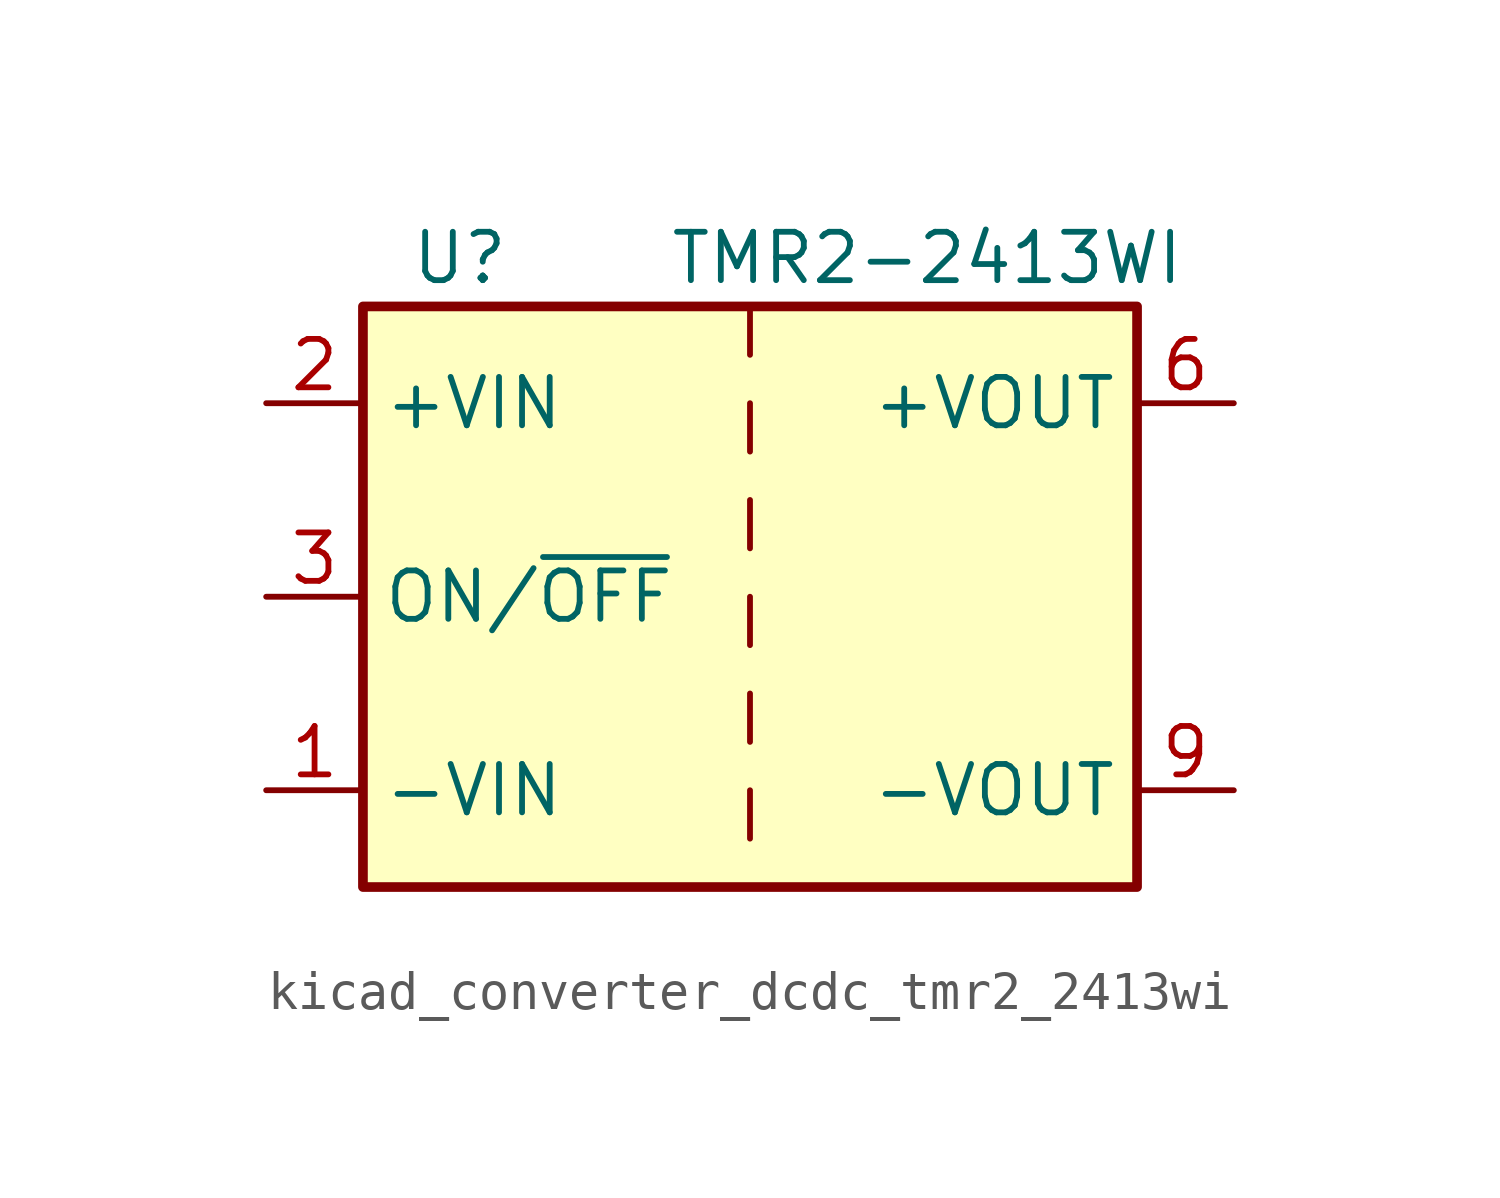
<source format=kicad_sym>
(kicad_symbol_lib
  (version 20220914)
  (generator kicad_symbol_editor)
  (symbol "kicad_converter_dcdc_tmr2_2413wi"
    (property "Reference" "U"
      (at -7.62 8.89 0)
      (effects (font (size 1.27 1.27))))
    (property "Value" "TMR2-2413WI"
      (at 11.43 8.89 0)
      (effects (font (size 1.27 1.27)) (justify right)))
    (symbol "kicad_converter_dcdc_tmr2_2413wi_0_1"
      (rectangle (start -10.16 7.62) (end 10.16 -7.62) (stroke (width 0.254) (type default)) (fill (type background)))
      (polyline (pts (xy 0 -5.08) (xy 0 -6.35)) (stroke (width 0) (type default)) (fill (type none)))
      (polyline (pts (xy 0 -2.54) (xy 0 -3.81)) (stroke (width 0) (type default)) (fill (type none)))
      (polyline (pts (xy 0 0) (xy 0 -1.27)) (stroke (width 0) (type default)) (fill (type none)))
      (polyline (pts (xy 0 2.54) (xy 0 1.27)) (stroke (width 0) (type default)) (fill (type none)))
      (polyline (pts (xy 0 5.08) (xy 0 3.81)) (stroke (width 0) (type default)) (fill (type none)))
      (polyline (pts (xy 0 7.62) (xy 0 6.35)) (stroke (width 0) (type default)) (fill (type none))))
    (symbol "kicad_converter_dcdc_tmr2_2413wi_1_1"
      (pin power_in line (at -12.7 -5.08 0) (length 2.54) (name "-VIN" (effects (font (size 1.27 1.27)))) (number "1" (effects (font (size 1.27 1.27)))))
      (pin power_in line (at -12.7 5.08 0) (length 2.54) (name "+VIN" (effects (font (size 1.27 1.27)))) (number "2" (effects (font (size 1.27 1.27)))))
      (pin input line (at -12.7 0 0) (length 2.54) (name "ON/~{OFF}" (effects (font (size 1.27 1.27)))) (number "3" (effects (font (size 1.27 1.27)))))
      (pin power_out line (at 12.7 5.08 180) (length 2.54) (name "+VOUT" (effects (font (size 1.27 1.27)))) (number "6" (effects (font (size 1.27 1.27)))))
      (pin no_connect line (at 10.16 2.54 180) (length 2.54) hide (name "NC" (effects (font (size 1.27 1.27)))) (number "7" (effects (font (size 1.27 1.27)))))
      (pin no_connect line (at 10.16 0 180) (length 2.54) hide (name "NC" (effects (font (size 1.27 1.27)))) (number "8" (effects (font (size 1.27 1.27)))))
      (pin power_out line (at 12.7 -5.08 180) (length 2.54) (name "-VOUT" (effects (font (size 1.27 1.27)))) (number "9" (effects (font (size 1.27 1.27))))))))
</source>
